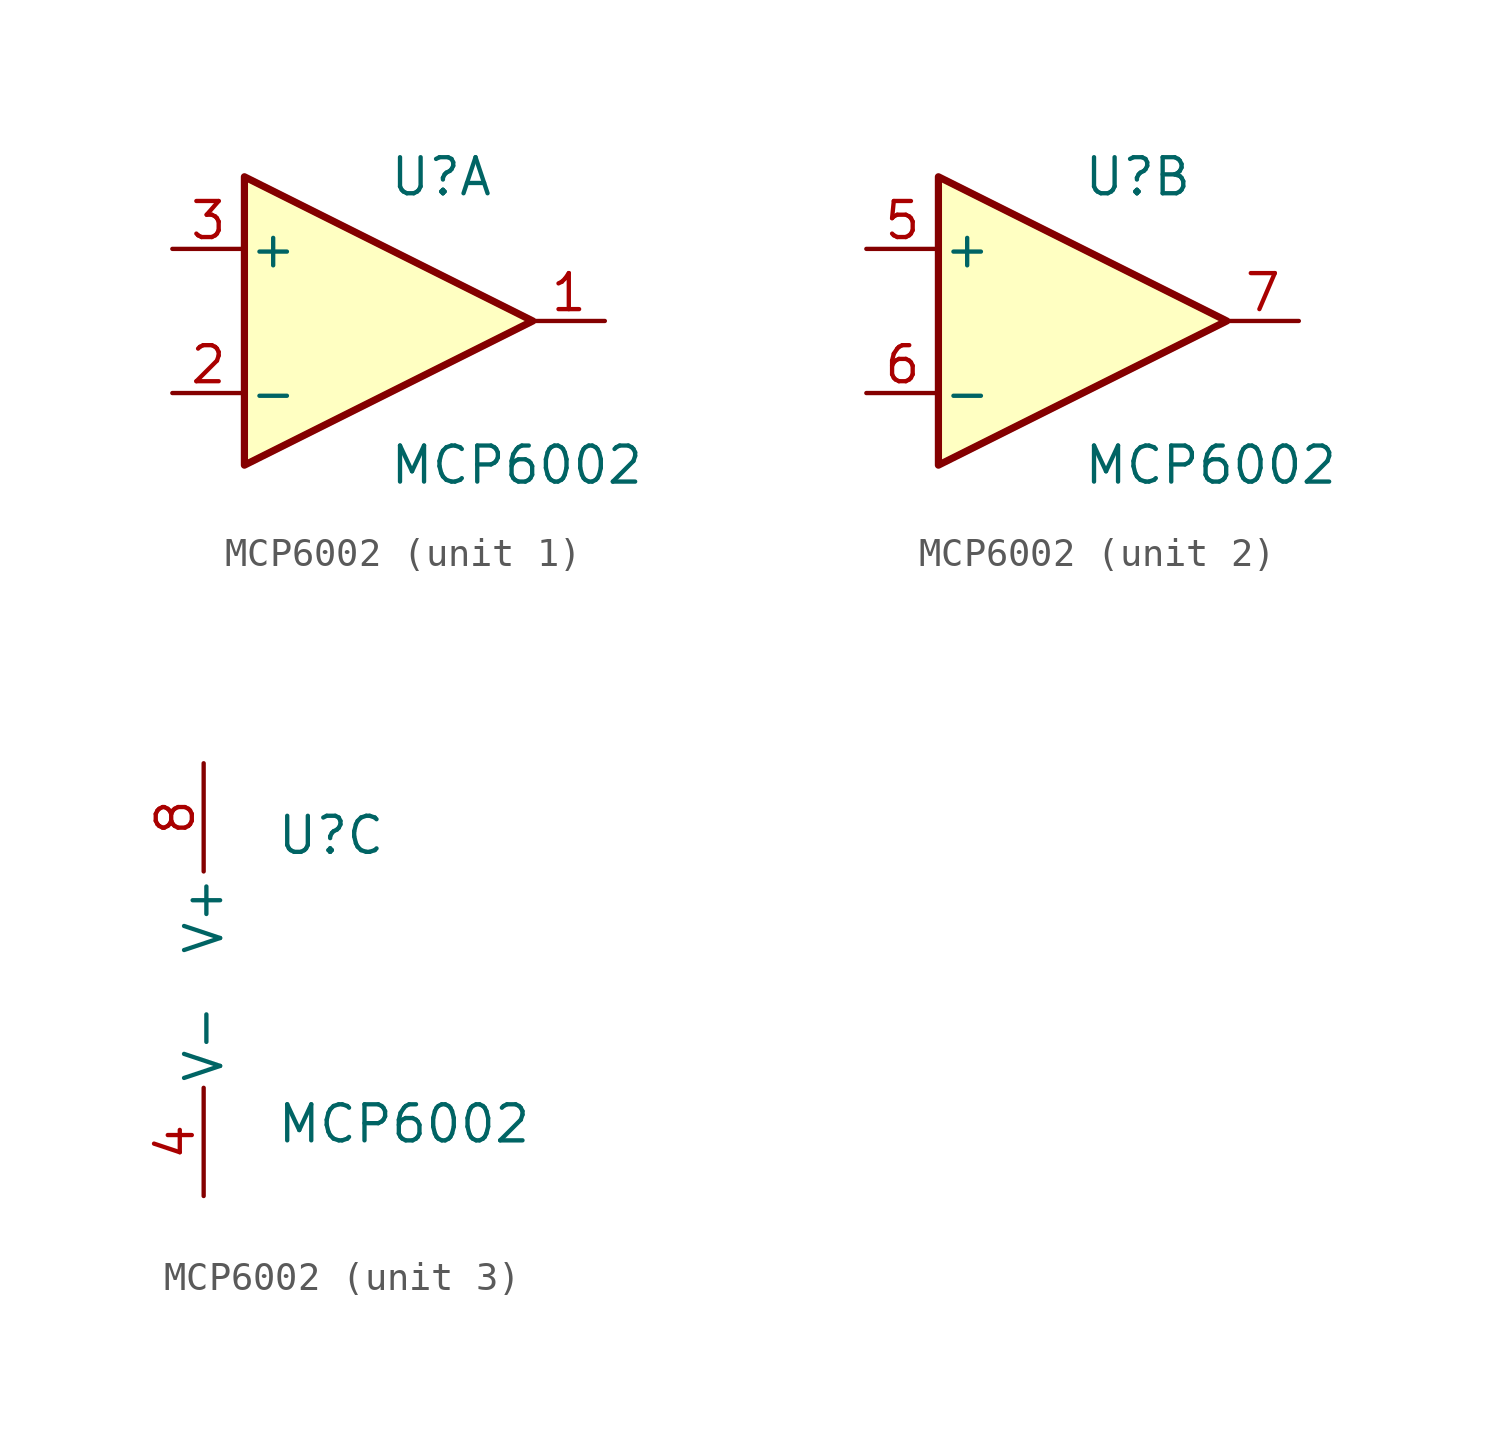
<source format=kicad_sym>
(kicad_symbol_lib
  (version 20211014)
  (generator kicad_symbol_editor)
  (symbol "MCP6002"
    (pin_names
      (offset 0.127))
    (property "Reference" "U"
      (at 0 5.08 0)
      (effects (font (size 1.27 1.27)) (justify left)))
    (property "Value" "MCP6002"
      (at 0 -5.08 0)
      (effects (font (size 1.27 1.27)) (justify left)))
    (property "ki_locked" ""
      (at 0 0 0)
      (effects (font (size 1.27 1.27))))
    (symbol "MCP6002_1_1"
      (polyline (pts (xy -5.08 5.08) (xy 5.08 0) (xy -5.08 -5.08) (xy -5.08 5.08)) (stroke (width 0.254) (type default) (color 0 0 0 0)) (fill (type background)))
      (pin output line (at 7.62 0 180) (length 2.54) (name "~" (effects (font (size 1.27 1.27)))) (number "1" (effects (font (size 1.27 1.27)))))
      (pin input line (at -7.62 -2.54 0) (length 2.54) (name "-" (effects (font (size 1.27 1.27)))) (number "2" (effects (font (size 1.27 1.27)))))
      (pin input line (at -7.62 2.54 0) (length 2.54) (name "+" (effects (font (size 1.27 1.27)))) (number "3" (effects (font (size 1.27 1.27))))))
    (symbol "MCP6002_2_1"
      (polyline (pts (xy -5.08 5.08) (xy 5.08 0) (xy -5.08 -5.08) (xy -5.08 5.08)) (stroke (width 0.254) (type default) (color 0 0 0 0)) (fill (type background)))
      (pin input line (at -7.62 2.54 0) (length 2.54) (name "+" (effects (font (size 1.27 1.27)))) (number "5" (effects (font (size 1.27 1.27)))))
      (pin input line (at -7.62 -2.54 0) (length 2.54) (name "-" (effects (font (size 1.27 1.27)))) (number "6" (effects (font (size 1.27 1.27)))))
      (pin output line (at 7.62 0 180) (length 2.54) (name "~" (effects (font (size 1.27 1.27)))) (number "7" (effects (font (size 1.27 1.27))))))
    (symbol "MCP6002_3_1"
      (pin power_in line (at -2.54 -7.62 90) (length 3.81) (name "V-" (effects (font (size 1.27 1.27)))) (number "4" (effects (font (size 1.27 1.27)))))
      (pin power_in line (at -2.54 7.62 270) (length 3.81) (name "V+" (effects (font (size 1.27 1.27)))) (number "8" (effects (font (size 1.27 1.27))))))))
</source>
